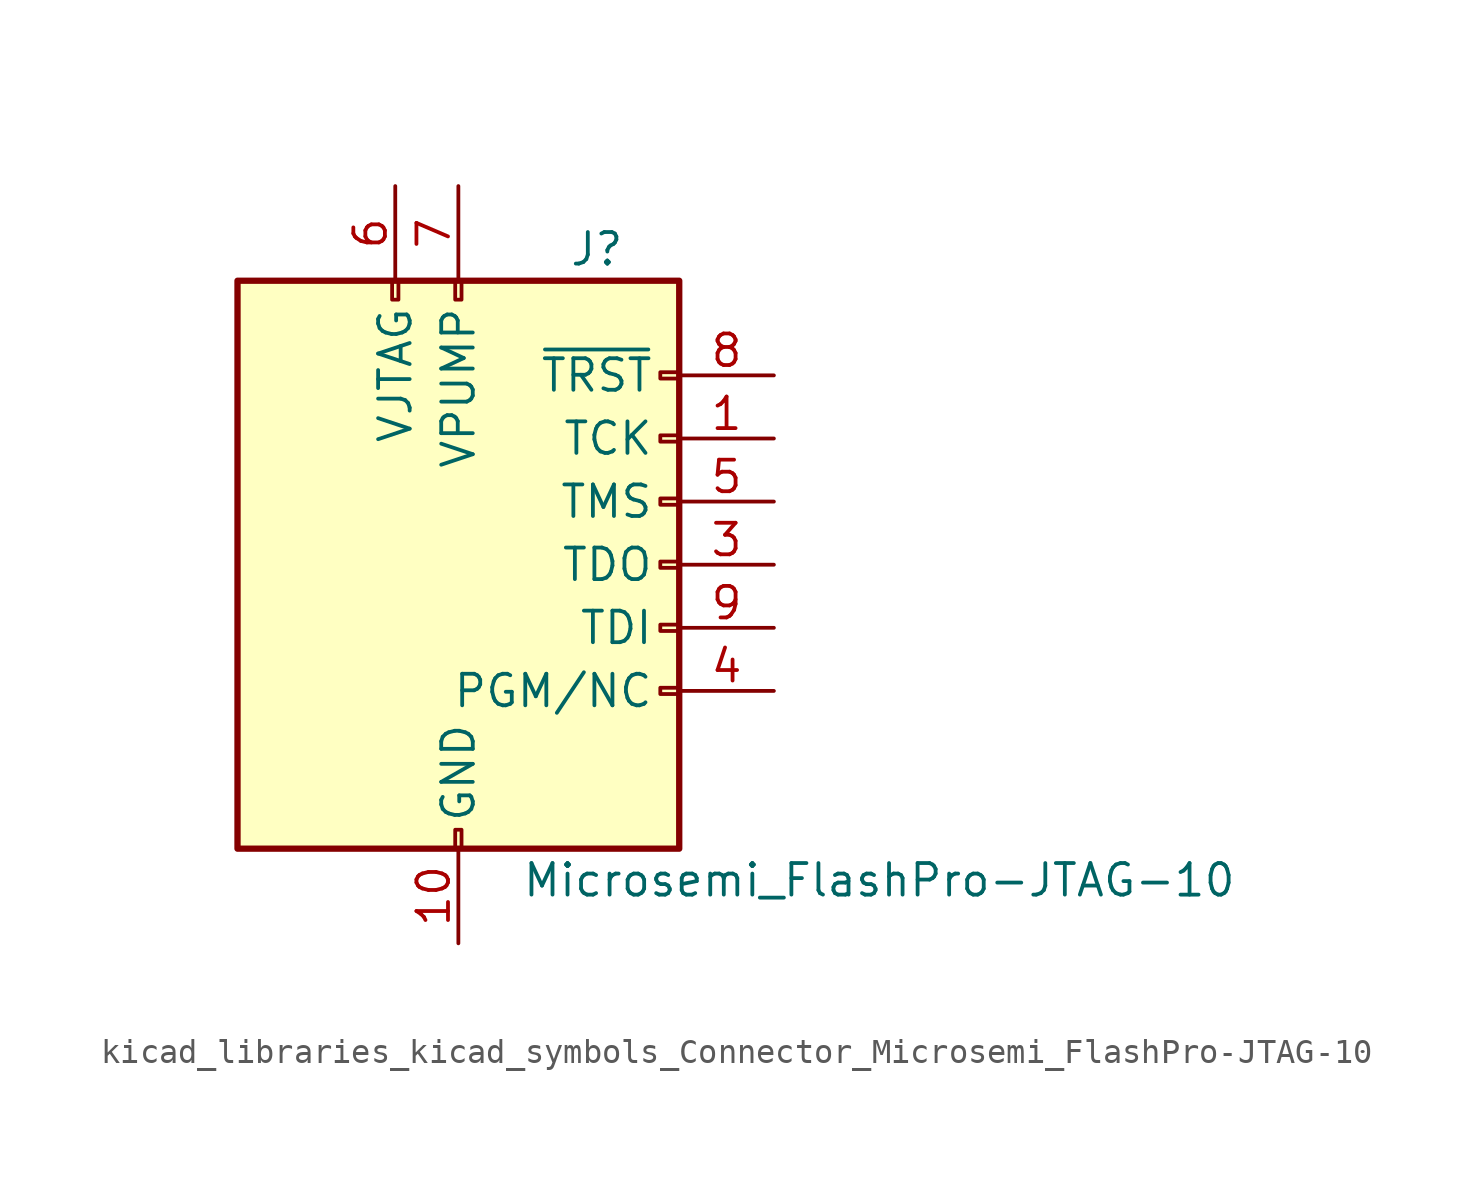
<source format=kicad_sym>
(kicad_symbol_lib
  (version 20220914)
  (generator kicad_symbol_editor)
  (symbol "kicad_libraries_kicad_symbols_Connector_Microsemi_FlashPro-JTAG-10"
    (pin_names
      (offset 1.016))
    (property "Reference" "J"
      (at 4.445 12.7 0)
      (effects (font (size 1.27 1.27)) (justify left)))
    (property "Value" "Microsemi_FlashPro-JTAG-10"
      (at 2.54 -12.7 0)
      (effects (font (size 1.27 1.27)) (justify left)))
    (symbol "kicad_libraries_kicad_symbols_Connector_Microsemi_FlashPro-JTAG-10_0_1"
      (rectangle (start -2.667 11.43) (end -2.413 10.668) (stroke (width 0) (type default)) (fill (type none)))
      (rectangle (start -0.127 -10.668) (end 0.127 -11.43) (stroke (width 0) (type default)) (fill (type none)))
      (rectangle (start -0.127 11.43) (end 0.127 10.668) (stroke (width 0) (type default)) (fill (type none)))
      (rectangle (start 8.89 -4.953) (end 8.128 -5.207) (stroke (width 0) (type default)) (fill (type none)))
      (rectangle (start 8.89 -2.413) (end 8.128 -2.667) (stroke (width 0) (type default)) (fill (type none)))
      (rectangle (start 8.89 0.127) (end 8.128 -0.127) (stroke (width 0) (type default)) (fill (type none)))
      (rectangle (start 8.89 2.667) (end 8.128 2.413) (stroke (width 0) (type default)) (fill (type none)))
      (rectangle (start 8.89 5.207) (end 8.128 4.953) (stroke (width 0) (type default)) (fill (type none)))
      (rectangle (start 8.89 7.747) (end 8.128 7.493) (stroke (width 0) (type default)) (fill (type none)))
      (rectangle (start 8.89 11.43) (end -8.89 -11.43) (stroke (width 0.254) (type default)) (fill (type background))))
    (symbol "kicad_libraries_kicad_symbols_Connector_Microsemi_FlashPro-JTAG-10_1_1"
      (pin passive line (at 12.7 5.08 180) (length 3.81) (name "TCK" (effects (font (size 1.27 1.27)))) (number "1" (effects (font (size 1.27 1.27)))))
      (pin power_in line (at 0 -15.24 90) (length 3.81) (name "GND" (effects (font (size 1.27 1.27)))) (number "10" (effects (font (size 1.27 1.27)))))
      (pin passive line (at 0 -15.24 90) (length 3.81) hide (name "GND" (effects (font (size 1.27 1.27)))) (number "2" (effects (font (size 1.27 1.27)))))
      (pin passive line (at 12.7 0 180) (length 3.81) (name "TDO" (effects (font (size 1.27 1.27)))) (number "3" (effects (font (size 1.27 1.27)))))
      (pin passive line (at 12.7 -5.08 180) (length 3.81) (name "PGM/NC" (effects (font (size 1.27 1.27)))) (number "4" (effects (font (size 1.27 1.27)))))
      (pin passive line (at 12.7 2.54 180) (length 3.81) (name "TMS" (effects (font (size 1.27 1.27)))) (number "5" (effects (font (size 1.27 1.27)))))
      (pin power_in line (at -2.54 15.24 270) (length 3.81) (name "VJTAG" (effects (font (size 1.27 1.27)))) (number "6" (effects (font (size 1.27 1.27)))))
      (pin power_out line (at 0 15.24 270) (length 3.81) (name "VPUMP" (effects (font (size 1.27 1.27)))) (number "7" (effects (font (size 1.27 1.27)))))
      (pin passive line (at 12.7 7.62 180) (length 3.81) (name "~{TRST}" (effects (font (size 1.27 1.27)))) (number "8" (effects (font (size 1.27 1.27)))))
      (pin passive line (at 12.7 -2.54 180) (length 3.81) (name "TDI" (effects (font (size 1.27 1.27)))) (number "9" (effects (font (size 1.27 1.27))))))))
</source>
